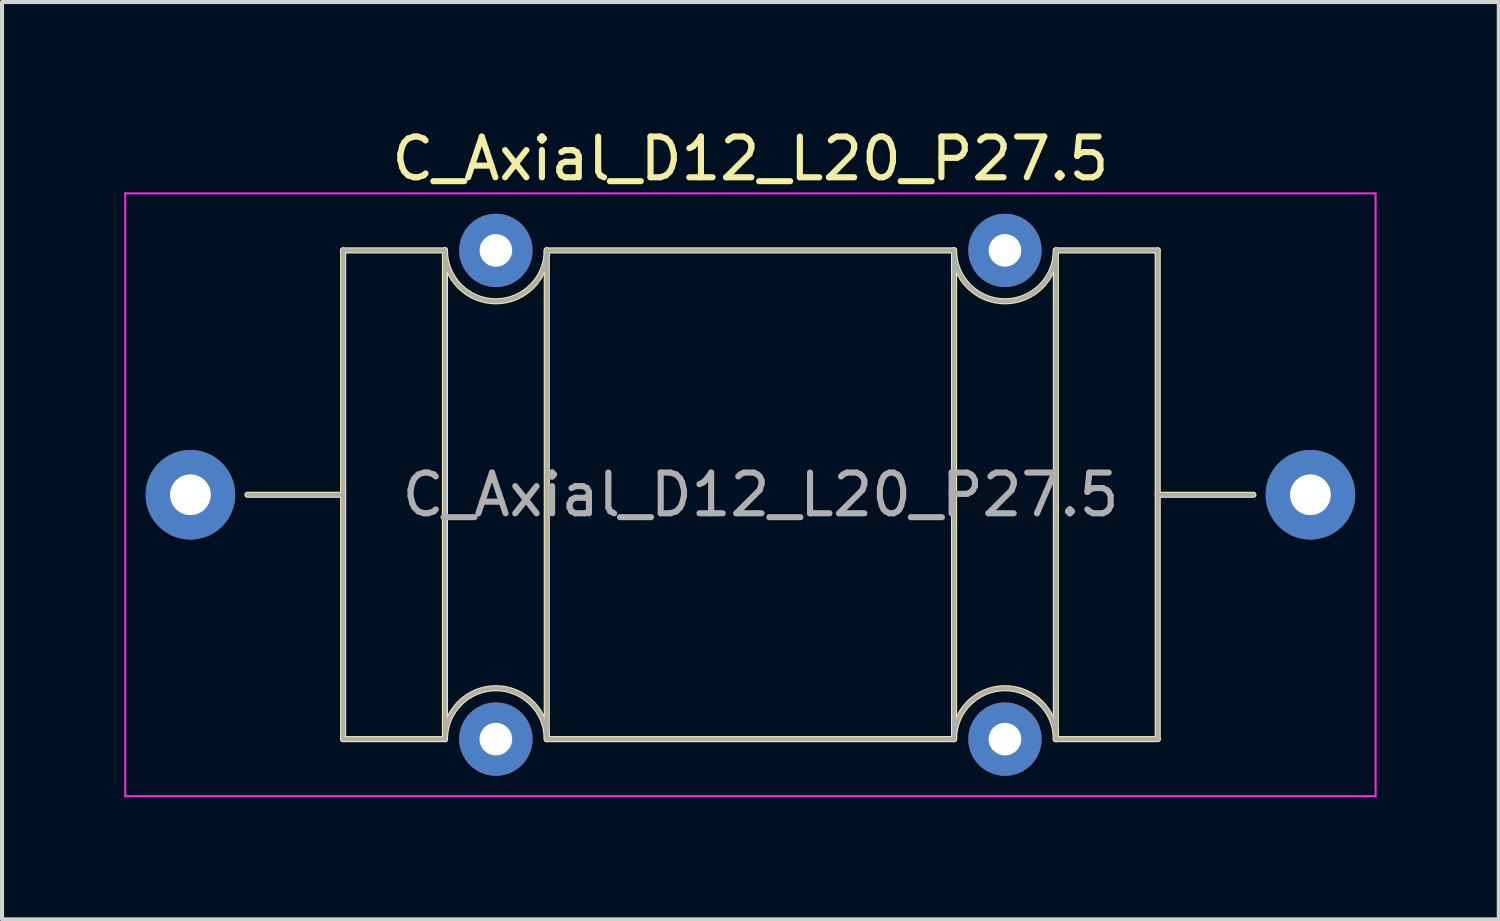
<source format=kicad_pcb>
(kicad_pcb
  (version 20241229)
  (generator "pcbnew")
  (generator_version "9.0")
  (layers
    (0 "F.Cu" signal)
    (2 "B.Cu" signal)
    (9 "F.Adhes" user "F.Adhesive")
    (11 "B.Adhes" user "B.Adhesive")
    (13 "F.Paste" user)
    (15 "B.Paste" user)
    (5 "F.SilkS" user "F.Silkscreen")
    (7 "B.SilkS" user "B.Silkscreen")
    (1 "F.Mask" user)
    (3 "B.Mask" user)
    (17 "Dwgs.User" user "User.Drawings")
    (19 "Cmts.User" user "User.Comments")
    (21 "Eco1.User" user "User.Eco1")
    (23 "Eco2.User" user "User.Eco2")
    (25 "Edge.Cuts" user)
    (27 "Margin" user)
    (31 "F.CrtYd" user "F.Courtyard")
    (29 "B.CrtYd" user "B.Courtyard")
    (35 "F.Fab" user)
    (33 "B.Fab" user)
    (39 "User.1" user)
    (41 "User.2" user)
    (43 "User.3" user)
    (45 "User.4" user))
  (footprint "C_Axial_D12_L20_P27.5"
    (layer "F.Cu")
    (at 1.625 9.098)
    (property "Reference" "C_Axial_D12_L20_P27.5" (at 13.75 -8.25 0) (layer "F.SilkS") (effects (font (size 1 1) (thickness 0.15))))
    (attr through_hole)
    (fp_line (start 3.75 -6) (end 3.75 6) (stroke (width 0.15) (type solid)) (layer "F.SilkS"))
    (fp_line (start 3.75 -6) (end 6.25 -6) (stroke (width 0.15) (type solid)) (layer "F.SilkS"))
    (fp_line (start 3.75 0) (end 1.4 0) (stroke (width 0.15) (type solid)) (layer "F.SilkS"))
    (fp_line (start 6.25 -6) (end 6.25 6) (stroke (width 0.15) (type solid)) (layer "F.SilkS"))
    (fp_line (start 6.25 6) (end 3.75 6) (stroke (width 0.15) (type solid)) (layer "F.SilkS"))
    (fp_line (start 8.75 -6) (end 8.75 6) (stroke (width 0.15) (type solid)) (layer "F.SilkS"))
    (fp_line (start 8.75 -6) (end 18.75 -6) (stroke (width 0.15) (type solid)) (layer "F.SilkS"))
    (fp_line (start 18.75 -6) (end 18.75 6) (stroke (width 0.15) (type solid)) (layer "F.SilkS"))
    (fp_line (start 18.75 6) (end 8.75 6) (stroke (width 0.15) (type solid)) (layer "F.SilkS"))
    (fp_line (start 21.25 -6) (end 21.25 6) (stroke (width 0.15) (type solid)) (layer "F.SilkS"))
    (fp_line (start 21.25 -6) (end 23.75 -6) (stroke (width 0.15) (type solid)) (layer "F.SilkS"))
    (fp_line (start 23.75 -6) (end 23.75 6) (stroke (width 0.15) (type solid)) (layer "F.SilkS"))
    (fp_line (start 23.75 0) (end 26.1 0) (stroke (width 0.15) (type solid)) (layer "F.SilkS"))
    (fp_line (start 23.75 6) (end 21.25 6) (stroke (width 0.15) (type solid)) (layer "F.SilkS"))
    (fp_arc (start 6.25 6) (mid 7.5 4.75) (end 8.75 6) (stroke (width 0.15) (type solid)) (layer "F.SilkS"))
    (fp_arc (start 8.75 -6) (mid 7.5 -4.75) (end 6.25 -6) (stroke (width 0.15) (type solid)) (layer "F.SilkS"))
    (fp_arc (start 18.75 6) (mid 20 4.75) (end 21.25 6) (stroke (width 0.15) (type solid)) (layer "F.SilkS"))
    (fp_arc (start 21.25 -6) (mid 20 -4.75) (end 18.75 -6) (stroke (width 0.15) (type solid)) (layer "F.SilkS"))
    (fp_line (start -1.6 -7.4) (end -1.6 7.4) (stroke (width 0.05) (type solid)) (layer "F.CrtYd"))
    (fp_line (start -1.6 -7.4) (end 29.1 -7.4) (stroke (width 0.05) (type solid)) (layer "F.CrtYd"))
    (fp_line (start -1.6 7.4) (end 29.1 7.4) (stroke (width 0.05) (type solid)) (layer "F.CrtYd"))
    (fp_line (start 29.1 -7.4) (end 29.1 7.4) (stroke (width 0.05) (type solid)) (layer "F.CrtYd"))
    (fp_line (start 3.75 -6) (end 3.75 6) (stroke (width 0.1) (type solid)) (layer "F.Fab"))
    (fp_line (start 3.75 -6) (end 6.25 -6) (stroke (width 0.1) (type solid)) (layer "F.Fab"))
    (fp_line (start 3.75 0) (end 1.4 0) (stroke (width 0.1) (type solid)) (layer "F.Fab"))
    (fp_line (start 6.25 -6) (end 6.25 6) (stroke (width 0.1) (type solid)) (layer "F.Fab"))
    (fp_line (start 6.25 6) (end 3.75 6) (stroke (width 0.1) (type solid)) (layer "F.Fab"))
    (fp_line (start 8.75 -6) (end 8.75 6) (stroke (width 0.1) (type solid)) (layer "F.Fab"))
    (fp_line (start 8.75 -6) (end 18.75 -6) (stroke (width 0.1) (type solid)) (layer "F.Fab"))
    (fp_line (start 18.75 -6) (end 18.75 6) (stroke (width 0.1) (type solid)) (layer "F.Fab"))
    (fp_line (start 18.75 6) (end 8.75 6) (stroke (width 0.1) (type solid)) (layer "F.Fab"))
    (fp_line (start 21.25 -6) (end 21.25 6) (stroke (width 0.1) (type solid)) (layer "F.Fab"))
    (fp_line (start 21.25 -6) (end 23.75 -6) (stroke (width 0.1) (type solid)) (layer "F.Fab"))
    (fp_line (start 23.75 -6) (end 23.75 6) (stroke (width 0.1) (type solid)) (layer "F.Fab"))
    (fp_line (start 23.75 0) (end 26.1 0) (stroke (width 0.1) (type solid)) (layer "F.Fab"))
    (fp_line (start 23.75 6) (end 21.25 6) (stroke (width 0.1) (type solid)) (layer "F.Fab"))
    (fp_arc (start 6.25 6) (mid 7.5 4.75) (end 8.75 6) (stroke (width 0.1) (type solid)) (layer "F.Fab"))
    (fp_arc (start 8.75 -6) (mid 7.5 -4.75) (end 6.25 -6) (stroke (width 0.1) (type solid)) (layer "F.Fab"))
    (fp_arc (start 18.75 6) (mid 20 4.75) (end 21.25 6) (stroke (width 0.1) (type solid)) (layer "F.Fab"))
    (fp_arc (start 21.25 -6) (mid 20 -4.75) (end 18.75 -6) (stroke (width 0.1) (type solid)) (layer "F.Fab"))
    (fp_text user "${REFERENCE}" (at 14 0 0) (layer "F.Fab") (effects (font (size 1 1) (thickness 0.15))))
    (pad "" thru_hole circle (at 7.5 -6) (size 1.8 1.8) (drill 0.8) (layers "*.Cu" "*.Mask"))
    (pad "" thru_hole circle (at 7.5 6) (size 1.8 1.8) (drill 0.8) (layers "*.Cu" "*.Mask"))
    (pad "" thru_hole circle (at 20 -6) (size 1.8 1.8) (drill 0.8) (layers "*.Cu" "*.Mask"))
    (pad "" thru_hole circle (at 20 6) (size 1.8 1.8) (drill 0.8) (layers "*.Cu" "*.Mask"))
    (pad "1" thru_hole circle (at 0 0) (size 2.2 2.2) (drill 1) (layers "*.Cu" "*.Mask"))
    (pad "2" thru_hole circle (at 27.5 0) (size 2.2 2.2) (drill 1) (layers "*.Cu" "*.Mask")))
  (gr_rect
    (start -3 -3)
    (end 33.75 19.523)
    (stroke (width 0.1) (type default))
    (fill no)
    (layer "Edge.Cuts")))
</source>
